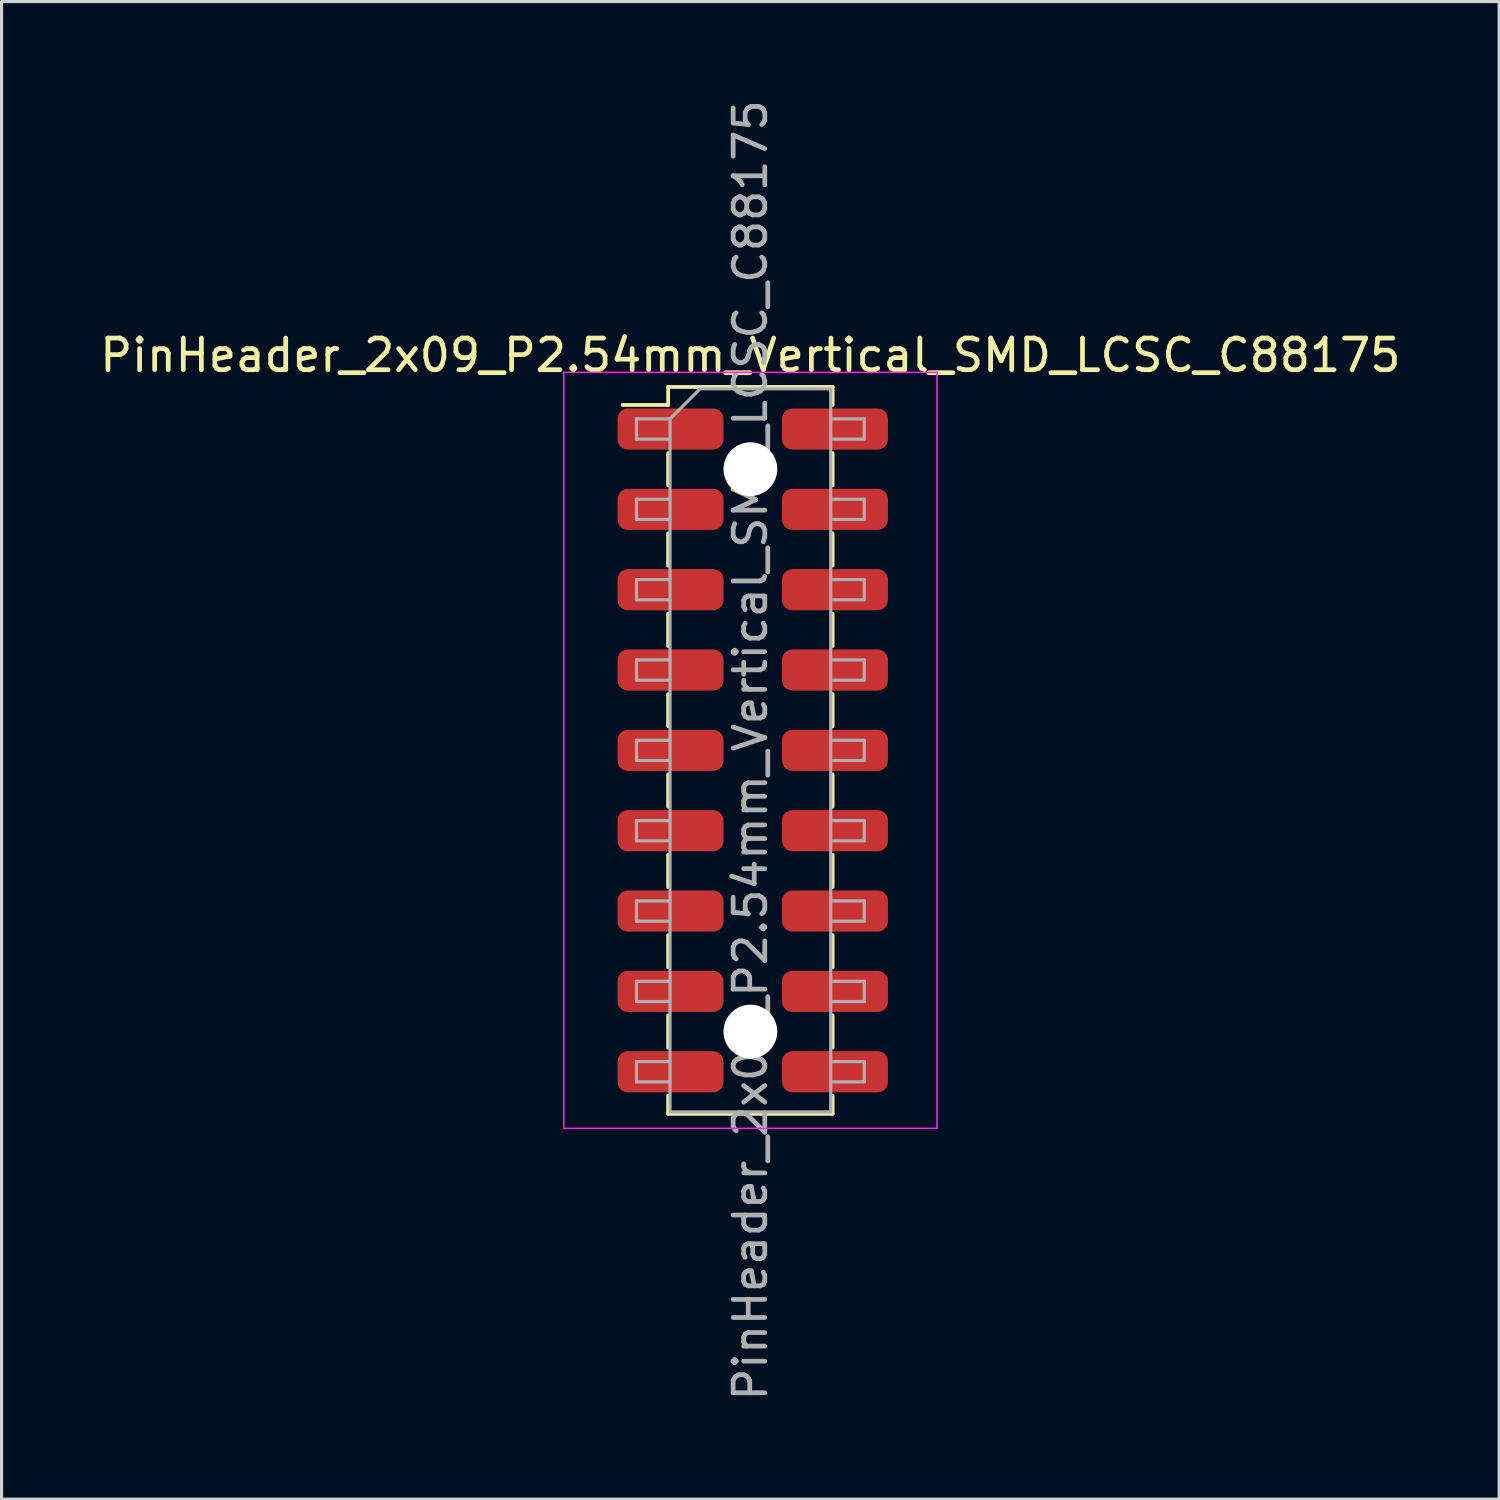
<source format=kicad_pcb>
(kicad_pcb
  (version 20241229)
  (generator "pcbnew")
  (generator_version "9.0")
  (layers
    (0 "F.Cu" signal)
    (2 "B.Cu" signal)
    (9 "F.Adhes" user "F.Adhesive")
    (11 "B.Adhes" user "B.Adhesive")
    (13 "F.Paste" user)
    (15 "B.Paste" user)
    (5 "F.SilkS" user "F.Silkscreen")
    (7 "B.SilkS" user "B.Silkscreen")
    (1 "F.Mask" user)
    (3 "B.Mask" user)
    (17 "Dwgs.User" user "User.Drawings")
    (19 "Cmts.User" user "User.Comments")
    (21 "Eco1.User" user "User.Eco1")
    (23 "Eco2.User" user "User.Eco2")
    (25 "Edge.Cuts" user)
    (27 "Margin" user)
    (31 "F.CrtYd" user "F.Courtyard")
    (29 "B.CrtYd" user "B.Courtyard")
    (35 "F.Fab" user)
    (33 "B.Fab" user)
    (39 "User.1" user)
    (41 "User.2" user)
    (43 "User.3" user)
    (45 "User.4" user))
  (footprint "PinHeader_2x09_P2.54mm_Vertical_SMD_LCSC_C88175"
    (layer "F.Cu")
    (at 20.673 20.673)
    (property "Reference" "PinHeader_2x09_P2.54mm_Vertical_SMD_LCSC_C88175" (at 0 -12.49 0) (layer "F.SilkS") (effects (font (size 1 1) (thickness 0.15))))
    (attr smd)
    (fp_line (start -4.04 -10.92) (end -2.6 -10.92) (stroke (width 0.12) (type solid)) (layer "F.SilkS"))
    (fp_line (start -2.6 -11.49) (end -2.6 -10.92) (stroke (width 0.12) (type solid)) (layer "F.SilkS"))
    (fp_line (start -2.6 -11.49) (end 2.6 -11.49) (stroke (width 0.12) (type solid)) (layer "F.SilkS"))
    (fp_line (start -2.6 -9.4) (end -2.6 -8.38) (stroke (width 0.12) (type solid)) (layer "F.SilkS"))
    (fp_line (start -2.6 -6.86) (end -2.6 -5.84) (stroke (width 0.12) (type solid)) (layer "F.SilkS"))
    (fp_line (start -2.6 -4.32) (end -2.6 -3.3) (stroke (width 0.12) (type solid)) (layer "F.SilkS"))
    (fp_line (start -2.6 -1.78) (end -2.6 -0.76) (stroke (width 0.12) (type solid)) (layer "F.SilkS"))
    (fp_line (start -2.6 0.76) (end -2.6 1.78) (stroke (width 0.12) (type solid)) (layer "F.SilkS"))
    (fp_line (start -2.6 3.3) (end -2.6 4.32) (stroke (width 0.12) (type solid)) (layer "F.SilkS"))
    (fp_line (start -2.6 5.84) (end -2.6 6.86) (stroke (width 0.12) (type solid)) (layer "F.SilkS"))
    (fp_line (start -2.6 8.38) (end -2.6 9.4) (stroke (width 0.12) (type solid)) (layer "F.SilkS"))
    (fp_line (start -2.6 10.92) (end -2.6 11.49) (stroke (width 0.12) (type solid)) (layer "F.SilkS"))
    (fp_line (start -2.6 11.49) (end 2.6 11.49) (stroke (width 0.12) (type solid)) (layer "F.SilkS"))
    (fp_line (start 2.6 -11.49) (end 2.6 -10.92) (stroke (width 0.12) (type solid)) (layer "F.SilkS"))
    (fp_line (start 2.6 -9.4) (end 2.6 -8.38) (stroke (width 0.12) (type solid)) (layer "F.SilkS"))
    (fp_line (start 2.6 -6.86) (end 2.6 -5.84) (stroke (width 0.12) (type solid)) (layer "F.SilkS"))
    (fp_line (start 2.6 -4.32) (end 2.6 -3.3) (stroke (width 0.12) (type solid)) (layer "F.SilkS"))
    (fp_line (start 2.6 -1.78) (end 2.6 -0.76) (stroke (width 0.12) (type solid)) (layer "F.SilkS"))
    (fp_line (start 2.6 0.76) (end 2.6 1.78) (stroke (width 0.12) (type solid)) (layer "F.SilkS"))
    (fp_line (start 2.6 3.3) (end 2.6 4.32) (stroke (width 0.12) (type solid)) (layer "F.SilkS"))
    (fp_line (start 2.6 5.84) (end 2.6 6.86) (stroke (width 0.12) (type solid)) (layer "F.SilkS"))
    (fp_line (start 2.6 8.38) (end 2.6 9.4) (stroke (width 0.12) (type solid)) (layer "F.SilkS"))
    (fp_line (start 2.6 10.92) (end 2.6 11.49) (stroke (width 0.12) (type solid)) (layer "F.SilkS"))
    (fp_line (start -5.9 -11.95) (end -5.9 11.95) (stroke (width 0.05) (type solid)) (layer "F.CrtYd"))
    (fp_line (start -5.9 11.95) (end 5.9 11.95) (stroke (width 0.05) (type solid)) (layer "F.CrtYd"))
    (fp_line (start 5.9 -11.95) (end -5.9 -11.95) (stroke (width 0.05) (type solid)) (layer "F.CrtYd"))
    (fp_line (start 5.9 11.95) (end 5.9 -11.95) (stroke (width 0.05) (type solid)) (layer "F.CrtYd"))
    (fp_line (start -3.6 -10.48) (end -3.6 -9.84) (stroke (width 0.1) (type solid)) (layer "F.Fab"))
    (fp_line (start -3.6 -9.84) (end -2.54 -9.84) (stroke (width 0.1) (type solid)) (layer "F.Fab"))
    (fp_line (start -3.6 -7.94) (end -3.6 -7.3) (stroke (width 0.1) (type solid)) (layer "F.Fab"))
    (fp_line (start -3.6 -7.3) (end -2.54 -7.3) (stroke (width 0.1) (type solid)) (layer "F.Fab"))
    (fp_line (start -3.6 -5.4) (end -3.6 -4.76) (stroke (width 0.1) (type solid)) (layer "F.Fab"))
    (fp_line (start -3.6 -4.76) (end -2.54 -4.76) (stroke (width 0.1) (type solid)) (layer "F.Fab"))
    (fp_line (start -3.6 -2.86) (end -3.6 -2.22) (stroke (width 0.1) (type solid)) (layer "F.Fab"))
    (fp_line (start -3.6 -2.22) (end -2.54 -2.22) (stroke (width 0.1) (type solid)) (layer "F.Fab"))
    (fp_line (start -3.6 -0.32) (end -3.6 0.32) (stroke (width 0.1) (type solid)) (layer "F.Fab"))
    (fp_line (start -3.6 0.32) (end -2.54 0.32) (stroke (width 0.1) (type solid)) (layer "F.Fab"))
    (fp_line (start -3.6 2.22) (end -3.6 2.86) (stroke (width 0.1) (type solid)) (layer "F.Fab"))
    (fp_line (start -3.6 2.86) (end -2.54 2.86) (stroke (width 0.1) (type solid)) (layer "F.Fab"))
    (fp_line (start -3.6 4.76) (end -3.6 5.4) (stroke (width 0.1) (type solid)) (layer "F.Fab"))
    (fp_line (start -3.6 5.4) (end -2.54 5.4) (stroke (width 0.1) (type solid)) (layer "F.Fab"))
    (fp_line (start -3.6 7.3) (end -3.6 7.94) (stroke (width 0.1) (type solid)) (layer "F.Fab"))
    (fp_line (start -3.6 7.94) (end -2.54 7.94) (stroke (width 0.1) (type solid)) (layer "F.Fab"))
    (fp_line (start -3.6 9.84) (end -3.6 10.48) (stroke (width 0.1) (type solid)) (layer "F.Fab"))
    (fp_line (start -3.6 10.48) (end -2.54 10.48) (stroke (width 0.1) (type solid)) (layer "F.Fab"))
    (fp_line (start -2.54 -10.48) (end -3.6 -10.48) (stroke (width 0.1) (type solid)) (layer "F.Fab"))
    (fp_line (start -2.54 -10.48) (end -1.59 -11.43) (stroke (width 0.1) (type solid)) (layer "F.Fab"))
    (fp_line (start -2.54 -7.94) (end -3.6 -7.94) (stroke (width 0.1) (type solid)) (layer "F.Fab"))
    (fp_line (start -2.54 -5.4) (end -3.6 -5.4) (stroke (width 0.1) (type solid)) (layer "F.Fab"))
    (fp_line (start -2.54 -2.86) (end -3.6 -2.86) (stroke (width 0.1) (type solid)) (layer "F.Fab"))
    (fp_line (start -2.54 -0.32) (end -3.6 -0.32) (stroke (width 0.1) (type solid)) (layer "F.Fab"))
    (fp_line (start -2.54 2.22) (end -3.6 2.22) (stroke (width 0.1) (type solid)) (layer "F.Fab"))
    (fp_line (start -2.54 4.76) (end -3.6 4.76) (stroke (width 0.1) (type solid)) (layer "F.Fab"))
    (fp_line (start -2.54 7.3) (end -3.6 7.3) (stroke (width 0.1) (type solid)) (layer "F.Fab"))
    (fp_line (start -2.54 9.84) (end -3.6 9.84) (stroke (width 0.1) (type solid)) (layer "F.Fab"))
    (fp_line (start -2.54 11.43) (end -2.54 -10.48) (stroke (width 0.1) (type solid)) (layer "F.Fab"))
    (fp_line (start -1.59 -11.43) (end 2.54 -11.43) (stroke (width 0.1) (type solid)) (layer "F.Fab"))
    (fp_line (start 2.54 -11.43) (end 2.54 11.43) (stroke (width 0.1) (type solid)) (layer "F.Fab"))
    (fp_line (start 2.54 -10.48) (end 3.6 -10.48) (stroke (width 0.1) (type solid)) (layer "F.Fab"))
    (fp_line (start 2.54 -7.94) (end 3.6 -7.94) (stroke (width 0.1) (type solid)) (layer "F.Fab"))
    (fp_line (start 2.54 -5.4) (end 3.6 -5.4) (stroke (width 0.1) (type solid)) (layer "F.Fab"))
    (fp_line (start 2.54 -2.86) (end 3.6 -2.86) (stroke (width 0.1) (type solid)) (layer "F.Fab"))
    (fp_line (start 2.54 -0.32) (end 3.6 -0.32) (stroke (width 0.1) (type solid)) (layer "F.Fab"))
    (fp_line (start 2.54 2.22) (end 3.6 2.22) (stroke (width 0.1) (type solid)) (layer "F.Fab"))
    (fp_line (start 2.54 4.76) (end 3.6 4.76) (stroke (width 0.1) (type solid)) (layer "F.Fab"))
    (fp_line (start 2.54 7.3) (end 3.6 7.3) (stroke (width 0.1) (type solid)) (layer "F.Fab"))
    (fp_line (start 2.54 9.84) (end 3.6 9.84) (stroke (width 0.1) (type solid)) (layer "F.Fab"))
    (fp_line (start 2.54 11.43) (end -2.54 11.43) (stroke (width 0.1) (type solid)) (layer "F.Fab"))
    (fp_line (start 3.6 -10.48) (end 3.6 -9.84) (stroke (width 0.1) (type solid)) (layer "F.Fab"))
    (fp_line (start 3.6 -9.84) (end 2.54 -9.84) (stroke (width 0.1) (type solid)) (layer "F.Fab"))
    (fp_line (start 3.6 -7.94) (end 3.6 -7.3) (stroke (width 0.1) (type solid)) (layer "F.Fab"))
    (fp_line (start 3.6 -7.3) (end 2.54 -7.3) (stroke (width 0.1) (type solid)) (layer "F.Fab"))
    (fp_line (start 3.6 -5.4) (end 3.6 -4.76) (stroke (width 0.1) (type solid)) (layer "F.Fab"))
    (fp_line (start 3.6 -4.76) (end 2.54 -4.76) (stroke (width 0.1) (type solid)) (layer "F.Fab"))
    (fp_line (start 3.6 -2.86) (end 3.6 -2.22) (stroke (width 0.1) (type solid)) (layer "F.Fab"))
    (fp_line (start 3.6 -2.22) (end 2.54 -2.22) (stroke (width 0.1) (type solid)) (layer "F.Fab"))
    (fp_line (start 3.6 -0.32) (end 3.6 0.32) (stroke (width 0.1) (type solid)) (layer "F.Fab"))
    (fp_line (start 3.6 0.32) (end 2.54 0.32) (stroke (width 0.1) (type solid)) (layer "F.Fab"))
    (fp_line (start 3.6 2.22) (end 3.6 2.86) (stroke (width 0.1) (type solid)) (layer "F.Fab"))
    (fp_line (start 3.6 2.86) (end 2.54 2.86) (stroke (width 0.1) (type solid)) (layer "F.Fab"))
    (fp_line (start 3.6 4.76) (end 3.6 5.4) (stroke (width 0.1) (type solid)) (layer "F.Fab"))
    (fp_line (start 3.6 5.4) (end 2.54 5.4) (stroke (width 0.1) (type solid)) (layer "F.Fab"))
    (fp_line (start 3.6 7.3) (end 3.6 7.94) (stroke (width 0.1) (type solid)) (layer "F.Fab"))
    (fp_line (start 3.6 7.94) (end 2.54 7.94) (stroke (width 0.1) (type solid)) (layer "F.Fab"))
    (fp_line (start 3.6 9.84) (end 3.6 10.48) (stroke (width 0.1) (type solid)) (layer "F.Fab"))
    (fp_line (start 3.6 10.48) (end 2.54 10.48) (stroke (width 0.1) (type solid)) (layer "F.Fab"))
    (fp_text user "${REFERENCE}" (at 0 0 90) (layer "F.Fab") (effects (font (size 1 1) (thickness 0.15))))
    (pad "" np_thru_hole circle (at 0 -8.89) (size 1.7 1.7) (drill 1.7) (layers "*.Cu" "*.Mask"))
    (pad "" np_thru_hole circle (at 0 8.89) (size 1.7 1.7) (drill 1.7) (layers "*.Cu" "*.Mask"))
    (pad "1" smd roundrect (at -2.525 -10.16) (size 3.35 1.3) (layers "F.Cu" "F.Mask" "F.Paste") (roundrect_rratio 0.25))
    (pad "2" smd roundrect (at 2.675 -10.16) (size 3.35 1.3) (layers "F.Cu" "F.Mask" "F.Paste") (roundrect_rratio 0.25))
    (pad "3" smd roundrect (at -2.525 -7.62) (size 3.35 1.3) (layers "F.Cu" "F.Mask" "F.Paste") (roundrect_rratio 0.25))
    (pad "4" smd roundrect (at 2.675 -7.62) (size 3.35 1.3) (layers "F.Cu" "F.Mask" "F.Paste") (roundrect_rratio 0.25))
    (pad "5" smd roundrect (at -2.525 -5.08) (size 3.35 1.3) (layers "F.Cu" "F.Mask" "F.Paste") (roundrect_rratio 0.25))
    (pad "6" smd roundrect (at 2.675 -5.08) (size 3.35 1.3) (layers "F.Cu" "F.Mask" "F.Paste") (roundrect_rratio 0.25))
    (pad "7" smd roundrect (at -2.525 -2.54) (size 3.35 1.3) (layers "F.Cu" "F.Mask" "F.Paste") (roundrect_rratio 0.25))
    (pad "8" smd roundrect (at 2.675 -2.54) (size 3.35 1.3) (layers "F.Cu" "F.Mask" "F.Paste") (roundrect_rratio 0.25))
    (pad "9" smd roundrect (at -2.525 0) (size 3.35 1.3) (layers "F.Cu" "F.Mask" "F.Paste") (roundrect_rratio 0.25))
    (pad "10" smd roundrect (at 2.675 0) (size 3.35 1.3) (layers "F.Cu" "F.Mask" "F.Paste") (roundrect_rratio 0.25))
    (pad "11" smd roundrect (at -2.525 2.54) (size 3.35 1.3) (layers "F.Cu" "F.Mask" "F.Paste") (roundrect_rratio 0.25))
    (pad "12" smd roundrect (at 2.675 2.54) (size 3.35 1.3) (layers "F.Cu" "F.Mask" "F.Paste") (roundrect_rratio 0.25))
    (pad "13" smd roundrect (at -2.525 5.08) (size 3.35 1.3) (layers "F.Cu" "F.Mask" "F.Paste") (roundrect_rratio 0.25))
    (pad "14" smd roundrect (at 2.675 5.08) (size 3.35 1.3) (layers "F.Cu" "F.Mask" "F.Paste") (roundrect_rratio 0.25))
    (pad "15" smd roundrect (at -2.525 7.62) (size 3.35 1.3) (layers "F.Cu" "F.Mask" "F.Paste") (roundrect_rratio 0.25))
    (pad "16" smd roundrect (at 2.675 7.62) (size 3.35 1.3) (layers "F.Cu" "F.Mask" "F.Paste") (roundrect_rratio 0.25))
    (pad "17" smd roundrect (at -2.525 10.16) (size 3.35 1.3) (layers "F.Cu" "F.Mask" "F.Paste") (roundrect_rratio 0.25))
    (pad "18" smd roundrect (at 2.675 10.16) (size 3.35 1.3) (layers "F.Cu" "F.Mask" "F.Paste") (roundrect_rratio 0.25)))
  (gr_rect
    (start -3 -3)
    (end 44.345 44.345)
    (stroke (width 0.1) (type default))
    (fill no)
    (layer "Edge.Cuts")))
</source>
